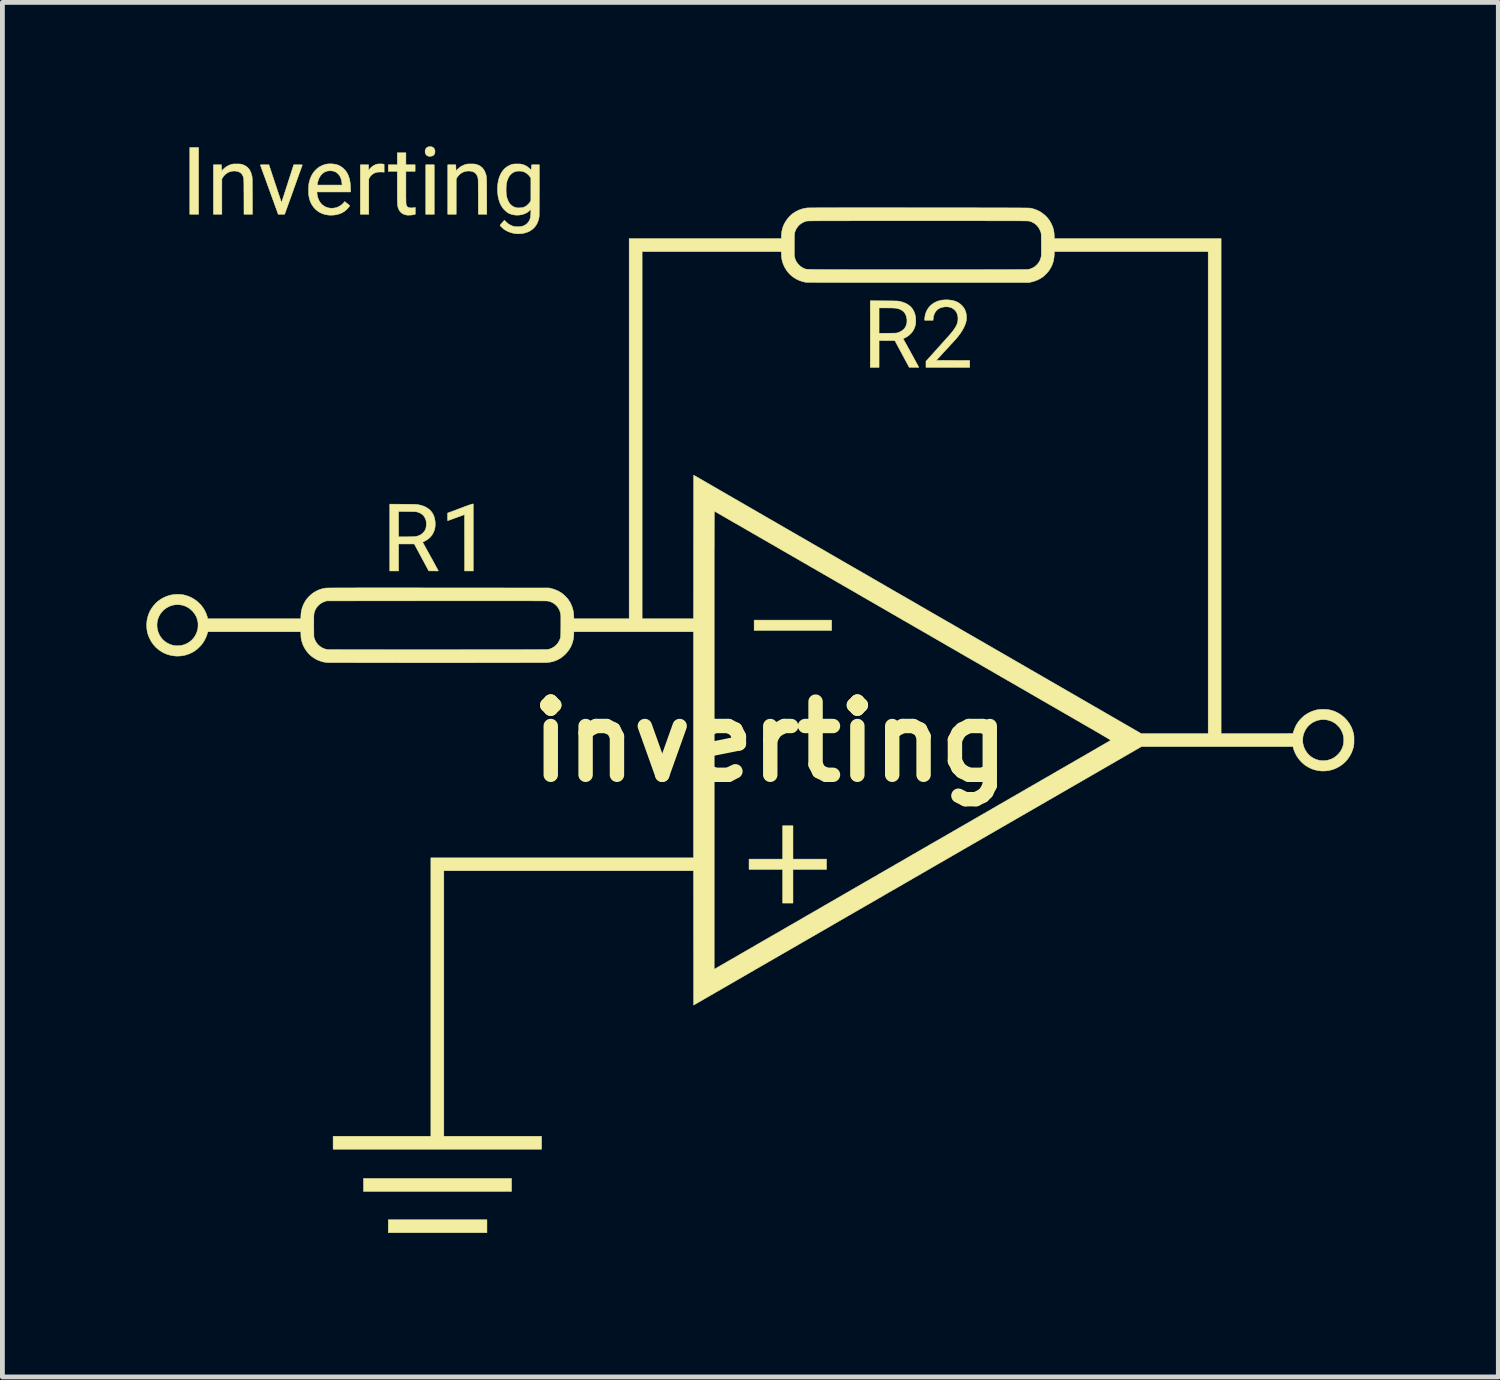
<source format=kicad_pcb>
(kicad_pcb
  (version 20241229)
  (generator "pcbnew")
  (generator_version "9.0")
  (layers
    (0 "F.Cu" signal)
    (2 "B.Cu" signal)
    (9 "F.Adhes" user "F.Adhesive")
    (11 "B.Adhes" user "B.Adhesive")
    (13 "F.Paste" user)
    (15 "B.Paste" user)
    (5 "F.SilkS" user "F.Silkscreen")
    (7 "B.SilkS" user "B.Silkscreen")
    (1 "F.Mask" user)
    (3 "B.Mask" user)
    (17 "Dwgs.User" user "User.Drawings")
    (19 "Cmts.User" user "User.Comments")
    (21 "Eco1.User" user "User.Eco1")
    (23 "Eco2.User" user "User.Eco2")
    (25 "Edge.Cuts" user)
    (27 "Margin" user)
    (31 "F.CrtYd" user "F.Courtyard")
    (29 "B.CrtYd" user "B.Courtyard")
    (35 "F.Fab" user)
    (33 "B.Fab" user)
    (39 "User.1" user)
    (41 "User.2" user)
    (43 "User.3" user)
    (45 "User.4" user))
  (footprint "inverting"
    (layer "F.Cu")
    (at 12.993 12.398)
    (property "Reference" "inverting" (at 0 0 0) (layer "F.SilkS") (effects (font (size 1.524 1.524) (thickness 0.3))))
    (attr through_hole)
    (fp_poly (pts (xy -11.907 -10.985) (xy -12.09 -10.985) (xy -12.09 -12.376) (xy -11.907 -12.376) (xy -11.907 -10.985)) (stroke (width 0.01) (type solid)) (fill yes) (layer "F.SilkS"))
    (fp_poly (pts (xy -6.999 -10.985) (xy -7.175 -10.985) (xy -7.175 -12.016) (xy -6.999 -12.016) (xy -6.999 -10.985)) (stroke (width 0.01) (type solid)) (fill yes) (layer "F.SilkS"))
    (fp_poly (pts (xy -5.901 10.226) (xy -7.956 10.226) (xy -7.956 9.957) (xy -5.901 9.957) (xy -5.901 10.226)) (stroke (width 0.01) (type solid)) (fill yes) (layer "F.SilkS"))
    (fp_poly (pts (xy -5.389 9.367) (xy -8.472 9.367) (xy -8.472 9.097) (xy -5.389 9.097) (xy -5.389 9.367)) (stroke (width 0.01) (type solid)) (fill yes) (layer "F.SilkS"))
    (fp_poly (pts (xy 1.278 -2.317) (xy -0.336 -2.317) (xy -0.336 -2.532) (xy 1.278 -2.532) (xy 1.278 -2.317)) (stroke (width 0.01) (type solid)) (fill yes) (layer "F.SilkS"))
    (fp_poly (pts (xy 0.473 2.446) (xy 1.172 2.446) (xy 1.172 2.661) (xy 0.473 2.661) (xy 0.473 3.361) (xy 0.258 3.361) (xy 0.258 2.661) (xy -0.442 2.661) (xy -0.442 2.446) (xy 0.258 2.446) (xy 0.258 1.751) (xy 0.473 1.751) (xy 0.473 2.446)) (stroke (width 0.01) (type solid)) (fill yes) (layer "F.SilkS"))
    (fp_poly (pts (xy -7.068 -12.392) (xy -7.049 -12.389) (xy -7.044 -12.388) (xy -7.022 -12.376) (xy -7.004 -12.359) (xy -6.992 -12.336) (xy -6.984 -12.31) (xy -6.983 -12.292) (xy -6.986 -12.262) (xy -6.995 -12.238) (xy -7.01 -12.218) (xy -7.032 -12.203) (xy -7.032 -12.203) (xy -7.047 -12.198) (xy -7.066 -12.194) (xy -7.088 -12.193) (xy -7.109 -12.193) (xy -7.126 -12.196) (xy -7.129 -12.197) (xy -7.152 -12.21) (xy -7.17 -12.228) (xy -7.183 -12.251) (xy -7.189 -12.279) (xy -7.189 -12.284) (xy -7.188 -12.312) (xy -7.181 -12.337) (xy -7.168 -12.359) (xy -7.15 -12.376) (xy -7.132 -12.386) (xy -7.114 -12.391) (xy -7.091 -12.393) (xy -7.068 -12.392)) (stroke (width 0.01) (type solid)) (fill yes) (layer "F.SilkS"))
    (fp_poly (pts (xy -6.186 -4.951) (xy -6.186 -3.556) (xy -6.366 -3.556) (xy -6.367 -4.144) (xy -6.368 -4.731) (xy -6.541 -4.667) (xy -6.577 -4.654) (xy -6.609 -4.642) (xy -6.639 -4.632) (xy -6.665 -4.622) (xy -6.687 -4.614) (xy -6.704 -4.608) (xy -6.714 -4.605) (xy -6.718 -4.603) (xy -6.719 -4.607) (xy -6.72 -4.617) (xy -6.721 -4.633) (xy -6.721 -4.653) (xy -6.721 -4.677) (xy -6.721 -4.682) (xy -6.721 -4.762) (xy -6.468 -4.856) (xy -6.41 -4.878) (xy -6.36 -4.897) (xy -6.316 -4.913) (xy -6.279 -4.926) (xy -6.249 -4.937) (xy -6.226 -4.944) (xy -6.21 -4.949) (xy -6.201 -4.951) (xy -6.201 -4.951) (xy -6.186 -4.951)) (stroke (width 0.01) (type solid)) (fill yes) (layer "F.SilkS"))
    (fp_poly (pts (xy -8.094 -12.033) (xy -8.073 -12.032) (xy -8.059 -12.03) (xy -8.053 -12.029) (xy -8.042 -12.024) (xy -8.042 -11.86) (xy -8.053 -11.863) (xy -8.065 -11.864) (xy -8.083 -11.865) (xy -8.104 -11.866) (xy -8.128 -11.865) (xy -8.152 -11.864) (xy -8.174 -11.863) (xy -8.192 -11.861) (xy -8.202 -11.859) (xy -8.243 -11.844) (xy -8.279 -11.824) (xy -8.31 -11.798) (xy -8.336 -11.768) (xy -8.348 -11.747) (xy -8.362 -11.72) (xy -8.362 -10.985) (xy -8.538 -10.985) (xy -8.538 -12.016) (xy -8.366 -12.016) (xy -8.366 -11.959) (xy -8.366 -11.939) (xy -8.366 -11.923) (xy -8.365 -11.91) (xy -8.364 -11.904) (xy -8.363 -11.903) (xy -8.359 -11.906) (xy -8.354 -11.913) (xy -8.353 -11.915) (xy -8.335 -11.939) (xy -8.311 -11.963) (xy -8.283 -11.986) (xy -8.252 -12.005) (xy -8.22 -12.019) (xy -8.212 -12.022) (xy -8.197 -12.027) (xy -8.185 -12.03) (xy -8.173 -12.032) (xy -8.159 -12.033) (xy -8.141 -12.034) (xy -8.12 -12.034) (xy -8.094 -12.033)) (stroke (width 0.01) (type solid)) (fill yes) (layer "F.SilkS"))
    (fp_poly (pts (xy -7.589 -12.016) (xy -7.397 -12.016) (xy -7.397 -11.879) (xy -7.589 -11.879) (xy -7.589 -11.481) (xy -7.589 -11.428) (xy -7.589 -11.381) (xy -7.589 -11.34) (xy -7.588 -11.305) (xy -7.588 -11.276) (xy -7.587 -11.251) (xy -7.587 -11.231) (xy -7.586 -11.214) (xy -7.585 -11.2) (xy -7.583 -11.189) (xy -7.581 -11.181) (xy -7.579 -11.174) (xy -7.577 -11.168) (xy -7.574 -11.163) (xy -7.571 -11.158) (xy -7.568 -11.153) (xy -7.554 -11.138) (xy -7.536 -11.127) (xy -7.513 -11.121) (xy -7.485 -11.118) (xy -7.462 -11.118) (xy -7.438 -11.12) (xy -7.422 -11.122) (xy -7.393 -11.128) (xy -7.393 -10.985) (xy -7.408 -10.981) (xy -7.436 -10.975) (xy -7.468 -10.97) (xy -7.501 -10.968) (xy -7.533 -10.967) (xy -7.561 -10.967) (xy -7.575 -10.969) (xy -7.617 -10.979) (xy -7.653 -10.995) (xy -7.685 -11.017) (xy -7.712 -11.045) (xy -7.733 -11.079) (xy -7.75 -11.119) (xy -7.753 -11.129) (xy -7.755 -11.139) (xy -7.758 -11.151) (xy -7.76 -11.163) (xy -7.762 -11.178) (xy -7.763 -11.195) (xy -7.764 -11.214) (xy -7.765 -11.238) (xy -7.766 -11.265) (xy -7.767 -11.297) (xy -7.767 -11.334) (xy -7.768 -11.376) (xy -7.768 -11.425) (xy -7.768 -11.48) (xy -7.768 -11.542) (xy -7.768 -11.566) (xy -7.768 -11.879) (xy -7.956 -11.879) (xy -7.956 -12.016) (xy -7.768 -12.016) (xy -7.768 -12.266) (xy -7.589 -12.266) (xy -7.589 -12.016)) (stroke (width 0.01) (type solid)) (fill yes) (layer "F.SilkS"))
    (fp_poly (pts (xy -11.067 -12.033) (xy -11.051 -12.032) (xy -11.038 -12.031) (xy -11.026 -12.029) (xy -11.014 -12.026) (xy -11.008 -12.025) (xy -10.963 -12.009) (xy -10.924 -11.989) (xy -10.889 -11.963) (xy -10.86 -11.932) (xy -10.836 -11.895) (xy -10.816 -11.851) (xy -10.801 -11.802) (xy -10.794 -11.774) (xy -10.793 -11.768) (xy -10.792 -11.76) (xy -10.791 -11.752) (xy -10.791 -11.741) (xy -10.79 -11.728) (xy -10.789 -11.712) (xy -10.789 -11.693) (xy -10.788 -11.669) (xy -10.788 -11.642) (xy -10.788 -11.609) (xy -10.787 -11.571) (xy -10.787 -11.527) (xy -10.787 -11.477) (xy -10.787 -11.42) (xy -10.786 -11.363) (xy -10.785 -10.985) (xy -10.961 -10.985) (xy -10.962 -11.353) (xy -10.962 -11.415) (xy -10.963 -11.471) (xy -10.963 -11.519) (xy -10.963 -11.561) (xy -10.963 -11.597) (xy -10.964 -11.628) (xy -10.964 -11.654) (xy -10.965 -11.676) (xy -10.965 -11.693) (xy -10.966 -11.708) (xy -10.966 -11.719) (xy -10.967 -11.728) (xy -10.968 -11.735) (xy -10.969 -11.741) (xy -10.97 -11.746) (xy -10.97 -11.746) (xy -10.983 -11.783) (xy -11 -11.814) (xy -11.021 -11.839) (xy -11.047 -11.858) (xy -11.078 -11.872) (xy -11.116 -11.882) (xy -11.147 -11.886) (xy -11.192 -11.885) (xy -11.235 -11.878) (xy -11.277 -11.863) (xy -11.316 -11.842) (xy -11.352 -11.815) (xy -11.383 -11.782) (xy -11.408 -11.746) (xy -11.422 -11.721) (xy -11.422 -10.985) (xy -11.598 -10.985) (xy -11.598 -12.016) (xy -11.431 -12.016) (xy -11.425 -11.891) (xy -11.397 -11.919) (xy -11.356 -11.956) (xy -11.311 -11.987) (xy -11.263 -12.01) (xy -11.221 -12.025) (xy -11.208 -12.028) (xy -11.196 -12.03) (xy -11.183 -12.032) (xy -11.166 -12.033) (xy -11.146 -12.033) (xy -11.119 -12.033) (xy -11.115 -12.033) (xy -11.088 -12.033) (xy -11.067 -12.033)) (stroke (width 0.01) (type solid)) (fill yes) (layer "F.SilkS"))
    (fp_poly (pts (xy -10.312 -11.623) (xy -10.294 -11.57) (xy -10.277 -11.519) (xy -10.261 -11.47) (xy -10.246 -11.425) (xy -10.232 -11.383) (xy -10.219 -11.345) (xy -10.208 -11.312) (xy -10.198 -11.284) (xy -10.191 -11.261) (xy -10.185 -11.244) (xy -10.181 -11.234) (xy -10.18 -11.231) (xy -10.178 -11.234) (xy -10.175 -11.245) (xy -10.169 -11.262) (xy -10.161 -11.285) (xy -10.152 -11.313) (xy -10.141 -11.346) (xy -10.129 -11.383) (xy -10.116 -11.423) (xy -10.102 -11.467) (xy -10.087 -11.514) (xy -10.074 -11.552) (xy -10.058 -11.602) (xy -10.042 -11.652) (xy -10.027 -11.7) (xy -10.012 -11.746) (xy -9.998 -11.789) (xy -9.985 -11.829) (xy -9.974 -11.864) (xy -9.964 -11.895) (xy -9.956 -11.919) (xy -9.95 -11.938) (xy -9.948 -11.945) (xy -9.925 -12.016) (xy -9.835 -12.016) (xy -9.805 -12.016) (xy -9.782 -12.016) (xy -9.766 -12.015) (xy -9.755 -12.014) (xy -9.749 -12.013) (xy -9.747 -12.012) (xy -9.747 -12.011) (xy -9.748 -12.007) (xy -9.752 -11.996) (xy -9.758 -11.978) (xy -9.767 -11.955) (xy -9.777 -11.925) (xy -9.79 -11.891) (xy -9.804 -11.851) (xy -9.82 -11.807) (xy -9.837 -11.759) (xy -9.855 -11.708) (xy -9.875 -11.654) (xy -9.895 -11.596) (xy -9.917 -11.537) (xy -9.931 -11.495) (xy -10.115 -10.985) (xy -10.248 -10.985) (xy -10.433 -11.495) (xy -10.455 -11.556) (xy -10.477 -11.615) (xy -10.497 -11.671) (xy -10.516 -11.725) (xy -10.535 -11.775) (xy -10.552 -11.822) (xy -10.567 -11.864) (xy -10.581 -11.902) (xy -10.593 -11.935) (xy -10.603 -11.963) (xy -10.611 -11.985) (xy -10.616 -12) (xy -10.619 -12.009) (xy -10.62 -12.011) (xy -10.619 -12.013) (xy -10.614 -12.014) (xy -10.605 -12.015) (xy -10.59 -12.016) (xy -10.568 -12.016) (xy -10.54 -12.016) (xy -10.532 -12.016) (xy -10.442 -12.016) (xy -10.312 -11.623)) (stroke (width 0.01) (type solid)) (fill yes) (layer "F.SilkS"))
    (fp_poly (pts (xy -6.205 -12.033) (xy -6.184 -12.033) (xy -6.167 -12.032) (xy -6.153 -12.031) (xy -6.142 -12.029) (xy -6.13 -12.026) (xy -6.126 -12.025) (xy -6.08 -12.009) (xy -6.04 -11.987) (xy -6.005 -11.96) (xy -5.976 -11.927) (xy -5.951 -11.888) (xy -5.933 -11.844) (xy -5.929 -11.832) (xy -5.925 -11.822) (xy -5.922 -11.811) (xy -5.919 -11.801) (xy -5.916 -11.79) (xy -5.914 -11.778) (xy -5.913 -11.764) (xy -5.911 -11.749) (xy -5.91 -11.73) (xy -5.909 -11.709) (xy -5.908 -11.684) (xy -5.907 -11.654) (xy -5.907 -11.62) (xy -5.906 -11.581) (xy -5.906 -11.536) (xy -5.906 -11.485) (xy -5.906 -11.427) (xy -5.905 -11.361) (xy -5.905 -11.361) (xy -5.904 -10.985) (xy -6.08 -10.985) (xy -6.081 -11.353) (xy -6.082 -11.415) (xy -6.082 -11.469) (xy -6.082 -11.517) (xy -6.082 -11.559) (xy -6.082 -11.594) (xy -6.083 -11.625) (xy -6.083 -11.65) (xy -6.083 -11.672) (xy -6.084 -11.689) (xy -6.084 -11.703) (xy -6.085 -11.715) (xy -6.086 -11.724) (xy -6.087 -11.731) (xy -6.088 -11.738) (xy -6.089 -11.743) (xy -6.09 -11.748) (xy -6.091 -11.752) (xy -6.102 -11.784) (xy -6.116 -11.81) (xy -6.132 -11.831) (xy -6.139 -11.838) (xy -6.161 -11.855) (xy -6.186 -11.869) (xy -6.214 -11.878) (xy -6.248 -11.884) (xy -6.266 -11.886) (xy -6.311 -11.885) (xy -6.355 -11.878) (xy -6.397 -11.863) (xy -6.436 -11.842) (xy -6.471 -11.815) (xy -6.502 -11.781) (xy -6.526 -11.747) (xy -6.541 -11.721) (xy -6.541 -10.985) (xy -6.717 -10.985) (xy -6.717 -12.016) (xy -6.55 -12.016) (xy -6.547 -11.953) (xy -6.545 -11.89) (xy -6.516 -11.92) (xy -6.474 -11.957) (xy -6.429 -11.988) (xy -6.38 -12.011) (xy -6.34 -12.025) (xy -6.328 -12.028) (xy -6.316 -12.03) (xy -6.304 -12.032) (xy -6.288 -12.033) (xy -6.269 -12.033) (xy -6.243 -12.033) (xy -6.233 -12.033) (xy -6.205 -12.033)) (stroke (width 0.01) (type solid)) (fill yes) (layer "F.SilkS"))
    (fp_poly (pts (xy 3.72 -9.201) (xy 3.768 -9.195) (xy 3.811 -9.187) (xy 3.835 -9.18) (xy 3.882 -9.163) (xy 3.924 -9.14) (xy 3.962 -9.112) (xy 3.983 -9.093) (xy 4.017 -9.056) (xy 4.045 -9.014) (xy 4.066 -8.967) (xy 4.076 -8.935) (xy 4.081 -8.909) (xy 4.085 -8.877) (xy 4.087 -8.844) (xy 4.087 -8.812) (xy 4.085 -8.784) (xy 4.084 -8.778) (xy 4.073 -8.728) (xy 4.054 -8.676) (xy 4.03 -8.622) (xy 3.998 -8.565) (xy 3.961 -8.508) (xy 3.921 -8.454) (xy 3.914 -8.444) (xy 3.906 -8.435) (xy 3.899 -8.426) (xy 3.891 -8.416) (xy 3.882 -8.406) (xy 3.872 -8.395) (xy 3.861 -8.382) (xy 3.848 -8.367) (xy 3.832 -8.349) (xy 3.813 -8.329) (xy 3.792 -8.305) (xy 3.766 -8.278) (xy 3.737 -8.246) (xy 3.704 -8.209) (xy 3.665 -8.168) (xy 3.65 -8.152) (xy 3.458 -7.942) (xy 3.806 -7.941) (xy 4.154 -7.94) (xy 4.154 -7.796) (xy 3.243 -7.796) (xy 3.243 -7.923) (xy 3.465 -8.169) (xy 3.51 -8.22) (xy 3.551 -8.265) (xy 3.587 -8.306) (xy 3.619 -8.341) (xy 3.647 -8.372) (xy 3.672 -8.4) (xy 3.693 -8.424) (xy 3.711 -8.444) (xy 3.727 -8.462) (xy 3.741 -8.478) (xy 3.752 -8.491) (xy 3.762 -8.503) (xy 3.771 -8.513) (xy 3.779 -8.523) (xy 3.786 -8.532) (xy 3.793 -8.54) (xy 3.83 -8.59) (xy 3.86 -8.637) (xy 3.883 -8.681) (xy 3.899 -8.723) (xy 3.902 -8.736) (xy 3.907 -8.762) (xy 3.909 -8.792) (xy 3.91 -8.824) (xy 3.907 -8.855) (xy 3.903 -8.882) (xy 3.9 -8.89) (xy 3.887 -8.926) (xy 3.87 -8.957) (xy 3.849 -8.984) (xy 3.841 -8.992) (xy 3.811 -9.017) (xy 3.777 -9.037) (xy 3.739 -9.05) (xy 3.697 -9.057) (xy 3.667 -9.058) (xy 3.616 -9.055) (xy 3.571 -9.045) (xy 3.53 -9.03) (xy 3.493 -9.008) (xy 3.463 -8.981) (xy 3.437 -8.948) (xy 3.417 -8.91) (xy 3.403 -8.867) (xy 3.394 -8.818) (xy 3.393 -8.809) (xy 3.391 -8.777) (xy 3.216 -8.777) (xy 3.216 -8.797) (xy 3.217 -8.82) (xy 3.221 -8.847) (xy 3.225 -8.875) (xy 3.231 -8.902) (xy 3.237 -8.923) (xy 3.259 -8.975) (xy 3.286 -9.022) (xy 3.32 -9.065) (xy 3.359 -9.102) (xy 3.402 -9.134) (xy 3.451 -9.16) (xy 3.504 -9.18) (xy 3.561 -9.194) (xy 3.576 -9.197) (xy 3.622 -9.201) (xy 3.671 -9.203) (xy 3.72 -9.201)) (stroke (width 0.01) (type solid)) (fill yes) (layer "F.SilkS"))
    (fp_poly (pts (xy -7.652 -4.946) (xy -7.598 -4.946) (xy -7.551 -4.945) (xy -7.51 -4.945) (xy -7.475 -4.945) (xy -7.446 -4.944) (xy -7.422 -4.944) (xy -7.401 -4.943) (xy -7.384 -4.942) (xy -7.37 -4.941) (xy -7.359 -4.94) (xy -7.349 -4.939) (xy -7.34 -4.938) (xy -7.339 -4.938) (xy -7.279 -4.925) (xy -7.225 -4.908) (xy -7.176 -4.886) (xy -7.132 -4.86) (xy -7.093 -4.828) (xy -7.087 -4.823) (xy -7.054 -4.786) (xy -7.027 -4.745) (xy -7.006 -4.699) (xy -6.991 -4.648) (xy -6.981 -4.592) (xy -6.979 -4.572) (xy -6.978 -4.513) (xy -6.983 -4.457) (xy -6.996 -4.404) (xy -7.016 -4.355) (xy -7.042 -4.309) (xy -7.074 -4.268) (xy -7.114 -4.231) (xy -7.159 -4.198) (xy -7.206 -4.173) (xy -7.22 -4.166) (xy -7.232 -4.16) (xy -7.239 -4.157) (xy -7.24 -4.156) (xy -7.238 -4.152) (xy -7.233 -4.143) (xy -7.225 -4.127) (xy -7.213 -4.106) (xy -7.199 -4.08) (xy -7.183 -4.05) (xy -7.164 -4.016) (xy -7.143 -3.979) (xy -7.121 -3.938) (xy -7.098 -3.896) (xy -7.08 -3.864) (xy -7.056 -3.82) (xy -7.032 -3.778) (xy -7.01 -3.738) (xy -6.99 -3.701) (xy -6.972 -3.667) (xy -6.956 -3.637) (xy -6.942 -3.612) (xy -6.931 -3.592) (xy -6.923 -3.577) (xy -6.918 -3.567) (xy -6.917 -3.565) (xy -6.916 -3.556) (xy -7.113 -3.558) (xy -7.264 -3.838) (xy -7.415 -4.119) (xy -7.741 -4.119) (xy -7.741 -3.556) (xy -7.925 -3.556) (xy -7.925 -4.267) (xy -7.741 -4.267) (xy -7.59 -4.267) (xy -7.554 -4.267) (xy -7.521 -4.268) (xy -7.489 -4.268) (xy -7.461 -4.269) (xy -7.437 -4.269) (xy -7.419 -4.27) (xy -7.407 -4.271) (xy -7.407 -4.271) (xy -7.361 -4.279) (xy -7.321 -4.291) (xy -7.286 -4.308) (xy -7.254 -4.33) (xy -7.233 -4.349) (xy -7.207 -4.378) (xy -7.187 -4.41) (xy -7.174 -4.443) (xy -7.166 -4.481) (xy -7.163 -4.524) (xy -7.163 -4.529) (xy -7.164 -4.565) (xy -7.168 -4.597) (xy -7.176 -4.626) (xy -7.187 -4.654) (xy -7.191 -4.661) (xy -7.212 -4.696) (xy -7.239 -4.725) (xy -7.272 -4.75) (xy -7.311 -4.77) (xy -7.352 -4.784) (xy -7.36 -4.786) (xy -7.368 -4.787) (xy -7.376 -4.789) (xy -7.386 -4.79) (xy -7.398 -4.791) (xy -7.413 -4.792) (xy -7.432 -4.792) (xy -7.456 -4.793) (xy -7.485 -4.793) (xy -7.52 -4.793) (xy -7.562 -4.794) (xy -7.562 -4.794) (xy -7.741 -4.795) (xy -7.741 -4.267) (xy -7.925 -4.267) (xy -7.925 -4.948) (xy -7.652 -4.946)) (stroke (width 0.01) (type solid)) (fill yes) (layer "F.SilkS"))
    (fp_poly (pts (xy 2.365 -9.182) (xy 2.42 -9.182) (xy 2.468 -9.181) (xy 2.509 -9.181) (xy 2.544 -9.181) (xy 2.573 -9.18) (xy 2.598 -9.18) (xy 2.618 -9.179) (xy 2.635 -9.179) (xy 2.648 -9.178) (xy 2.66 -9.177) (xy 2.669 -9.176) (xy 2.677 -9.175) (xy 2.682 -9.174) (xy 2.744 -9.159) (xy 2.8 -9.139) (xy 2.85 -9.115) (xy 2.894 -9.086) (xy 2.931 -9.052) (xy 2.963 -9.013) (xy 2.989 -8.969) (xy 3.008 -8.921) (xy 3.023 -8.867) (xy 3.025 -8.855) (xy 3.027 -8.836) (xy 3.029 -8.813) (xy 3.03 -8.786) (xy 3.03 -8.759) (xy 3.029 -8.732) (xy 3.028 -8.709) (xy 3.026 -8.692) (xy 3.025 -8.689) (xy 3.01 -8.634) (xy 2.988 -8.584) (xy 2.96 -8.538) (xy 2.925 -8.497) (xy 2.885 -8.461) (xy 2.838 -8.429) (xy 2.796 -8.407) (xy 2.766 -8.394) (xy 2.774 -8.381) (xy 2.779 -8.371) (xy 2.788 -8.356) (xy 2.8 -8.335) (xy 2.814 -8.31) (xy 2.83 -8.281) (xy 2.848 -8.249) (xy 2.867 -8.214) (xy 2.887 -8.178) (xy 2.908 -8.14) (xy 2.929 -8.101) (xy 2.951 -8.063) (xy 2.972 -8.024) (xy 2.992 -7.987) (xy 3.011 -7.952) (xy 3.029 -7.919) (xy 3.045 -7.889) (xy 3.06 -7.862) (xy 3.072 -7.84) (xy 3.081 -7.823) (xy 3.087 -7.811) (xy 3.09 -7.805) (xy 3.09 -7.805) (xy 3.092 -7.796) (xy 2.894 -7.798) (xy 2.745 -8.075) (xy 2.596 -8.353) (xy 2.431 -8.354) (xy 2.266 -8.355) (xy 2.266 -7.796) (xy 2.083 -7.796) (xy 2.083 -8.507) (xy 2.266 -8.507) (xy 2.445 -8.508) (xy 2.488 -8.508) (xy 2.524 -8.509) (xy 2.554 -8.509) (xy 2.578 -8.51) (xy 2.598 -8.51) (xy 2.613 -8.511) (xy 2.625 -8.512) (xy 2.635 -8.513) (xy 2.643 -8.515) (xy 2.649 -8.516) (xy 2.664 -8.521) (xy 2.683 -8.529) (xy 2.703 -8.537) (xy 2.711 -8.541) (xy 2.749 -8.564) (xy 2.781 -8.591) (xy 2.807 -8.623) (xy 2.826 -8.66) (xy 2.84 -8.7) (xy 2.847 -8.743) (xy 2.847 -8.789) (xy 2.845 -8.806) (xy 2.836 -8.852) (xy 2.821 -8.893) (xy 2.801 -8.929) (xy 2.774 -8.96) (xy 2.742 -8.985) (xy 2.704 -9.005) (xy 2.66 -9.02) (xy 2.611 -9.029) (xy 2.601 -9.031) (xy 2.589 -9.031) (xy 2.57 -9.032) (xy 2.546 -9.033) (xy 2.517 -9.034) (xy 2.485 -9.034) (xy 2.451 -9.034) (xy 2.416 -9.035) (xy 2.266 -9.035) (xy 2.266 -8.507) (xy 2.083 -8.507) (xy 2.083 -9.184) (xy 2.365 -9.182)) (stroke (width 0.01) (type solid)) (fill yes) (layer "F.SilkS"))
    (fp_poly (pts (xy -9.137 -12.035) (xy -9.103 -12.033) (xy -9.087 -12.03) (xy -9.038 -12.021) (xy -8.996 -12.007) (xy -8.958 -11.988) (xy -8.922 -11.965) (xy -8.887 -11.935) (xy -8.878 -11.926) (xy -8.849 -11.895) (xy -8.825 -11.864) (xy -8.806 -11.831) (xy -8.789 -11.795) (xy -8.786 -11.785) (xy -8.773 -11.75) (xy -8.763 -11.715) (xy -8.756 -11.679) (xy -8.75 -11.64) (xy -8.746 -11.598) (xy -8.743 -11.549) (xy -8.743 -11.531) (xy -8.74 -11.45) (xy -9.442 -11.45) (xy -9.44 -11.417) (xy -9.432 -11.368) (xy -9.419 -11.32) (xy -9.401 -11.276) (xy -9.377 -11.235) (xy -9.348 -11.2) (xy -9.325 -11.178) (xy -9.286 -11.151) (xy -9.244 -11.131) (xy -9.199 -11.118) (xy -9.152 -11.111) (xy -9.104 -11.112) (xy -9.055 -11.12) (xy -9.028 -11.127) (xy -8.995 -11.141) (xy -8.961 -11.16) (xy -8.928 -11.183) (xy -8.899 -11.209) (xy -8.881 -11.229) (xy -8.864 -11.25) (xy -8.811 -11.209) (xy -8.794 -11.195) (xy -8.779 -11.183) (xy -8.768 -11.173) (xy -8.761 -11.166) (xy -8.759 -11.164) (xy -8.762 -11.158) (xy -8.769 -11.147) (xy -8.779 -11.134) (xy -8.792 -11.118) (xy -8.806 -11.103) (xy -8.82 -11.088) (xy -8.824 -11.084) (xy -8.866 -11.049) (xy -8.911 -11.02) (xy -8.96 -10.998) (xy -9.013 -10.982) (xy -9.071 -10.971) (xy -9.087 -10.969) (xy -9.12 -10.967) (xy -9.15 -10.966) (xy -9.178 -10.967) (xy -9.207 -10.969) (xy -9.267 -10.979) (xy -9.323 -10.996) (xy -9.375 -11.019) (xy -9.423 -11.049) (xy -9.467 -11.084) (xy -9.505 -11.125) (xy -9.539 -11.171) (xy -9.567 -11.222) (xy -9.589 -11.277) (xy -9.605 -11.337) (xy -9.611 -11.373) (xy -9.614 -11.397) (xy -9.616 -11.427) (xy -9.616 -11.461) (xy -9.616 -11.496) (xy -9.616 -11.532) (xy -9.614 -11.567) (xy -9.612 -11.594) (xy -9.437 -11.594) (xy -8.917 -11.594) (xy -8.92 -11.619) (xy -8.924 -11.651) (xy -8.93 -11.684) (xy -8.937 -11.715) (xy -8.943 -11.732) (xy -8.958 -11.768) (xy -8.978 -11.8) (xy -9.003 -11.829) (xy -9.033 -11.854) (xy -9.064 -11.872) (xy -9.1 -11.884) (xy -9.139 -11.89) (xy -9.179 -11.89) (xy -9.215 -11.887) (xy -9.247 -11.879) (xy -9.275 -11.868) (xy -9.296 -11.856) (xy -9.331 -11.829) (xy -9.36 -11.797) (xy -9.386 -11.759) (xy -9.407 -11.715) (xy -9.423 -11.665) (xy -9.435 -11.609) (xy -9.437 -11.594) (xy -9.612 -11.594) (xy -9.612 -11.599) (xy -9.609 -11.626) (xy -9.606 -11.641) (xy -9.589 -11.704) (xy -9.567 -11.763) (xy -9.539 -11.817) (xy -9.506 -11.866) (xy -9.468 -11.909) (xy -9.425 -11.947) (xy -9.378 -11.979) (xy -9.327 -12.004) (xy -9.272 -12.023) (xy -9.268 -12.025) (xy -9.24 -12.03) (xy -9.208 -12.034) (xy -9.173 -12.035) (xy -9.137 -12.035)) (stroke (width 0.01) (type solid)) (fill yes) (layer "F.SilkS"))
    (fp_poly (pts (xy -5.248 -12.033) (xy -5.227 -12.033) (xy -5.21 -12.032) (xy -5.196 -12.031) (xy -5.183 -12.028) (xy -5.169 -12.025) (xy -5.169 -12.025) (xy -5.126 -12.012) (xy -5.087 -11.994) (xy -5.052 -11.971) (xy -5.017 -11.942) (xy -5.009 -11.935) (xy -4.979 -11.906) (xy -4.977 -11.941) (xy -4.975 -11.959) (xy -4.974 -11.978) (xy -4.972 -11.993) (xy -4.972 -11.996) (xy -4.97 -12.016) (xy -4.81 -12.016) (xy -4.81 -11.488) (xy -4.81 -11.409) (xy -4.811 -11.335) (xy -4.811 -11.267) (xy -4.811 -11.204) (xy -4.811 -11.147) (xy -4.812 -11.096) (xy -4.812 -11.052) (xy -4.812 -11.014) (xy -4.813 -10.983) (xy -4.813 -10.959) (xy -4.814 -10.942) (xy -4.814 -10.933) (xy -4.814 -10.932) (xy -4.826 -10.874) (xy -4.844 -10.821) (xy -4.868 -10.772) (xy -4.898 -10.729) (xy -4.934 -10.69) (xy -4.976 -10.657) (xy -5.023 -10.628) (xy -5.035 -10.623) (xy -5.084 -10.603) (xy -5.137 -10.59) (xy -5.194 -10.581) (xy -5.252 -10.579) (xy -5.302 -10.582) (xy -5.36 -10.592) (xy -5.418 -10.608) (xy -5.473 -10.631) (xy -5.524 -10.659) (xy -5.54 -10.669) (xy -5.552 -10.678) (xy -5.566 -10.69) (xy -5.581 -10.704) (xy -5.596 -10.718) (xy -5.609 -10.731) (xy -5.619 -10.743) (xy -5.625 -10.751) (xy -5.627 -10.755) (xy -5.625 -10.76) (xy -5.618 -10.769) (xy -5.607 -10.783) (xy -5.593 -10.799) (xy -5.576 -10.818) (xy -5.558 -10.839) (xy -5.555 -10.842) (xy -5.538 -10.861) (xy -5.503 -10.828) (xy -5.481 -10.807) (xy -5.461 -10.79) (xy -5.442 -10.777) (xy -5.422 -10.765) (xy -5.403 -10.756) (xy -5.374 -10.743) (xy -5.346 -10.734) (xy -5.317 -10.729) (xy -5.285 -10.726) (xy -5.258 -10.726) (xy -5.221 -10.727) (xy -5.19 -10.73) (xy -5.163 -10.736) (xy -5.136 -10.746) (xy -5.116 -10.755) (xy -5.09 -10.771) (xy -5.064 -10.793) (xy -5.041 -10.819) (xy -5.023 -10.845) (xy -5.02 -10.851) (xy -5.01 -10.872) (xy -5.002 -10.893) (xy -4.996 -10.914) (xy -4.992 -10.937) (xy -4.99 -10.964) (xy -4.988 -10.997) (xy -4.987 -11.014) (xy -4.985 -11.088) (xy -5.014 -11.061) (xy -5.054 -11.029) (xy -5.097 -11.004) (xy -5.144 -10.986) (xy -5.177 -10.977) (xy -5.233 -10.968) (xy -5.287 -10.967) (xy -5.339 -10.972) (xy -5.389 -10.983) (xy -5.436 -11.001) (xy -5.461 -11.014) (xy -5.485 -11.03) (xy -5.51 -11.052) (xy -5.536 -11.076) (xy -5.559 -11.101) (xy -5.579 -11.126) (xy -5.58 -11.128) (xy -5.611 -11.178) (xy -5.636 -11.234) (xy -5.655 -11.295) (xy -5.67 -11.36) (xy -5.678 -11.43) (xy -5.681 -11.493) (xy -5.502 -11.493) (xy -5.501 -11.447) (xy -5.498 -11.407) (xy -5.494 -11.371) (xy -5.486 -11.338) (xy -5.48 -11.317) (xy -5.462 -11.269) (xy -5.439 -11.227) (xy -5.413 -11.192) (xy -5.381 -11.164) (xy -5.346 -11.142) (xy -5.307 -11.126) (xy -5.302 -11.125) (xy -5.275 -11.12) (xy -5.243 -11.118) (xy -5.21 -11.119) (xy -5.177 -11.122) (xy -5.147 -11.128) (xy -5.141 -11.13) (xy -5.123 -11.137) (xy -5.105 -11.145) (xy -5.091 -11.152) (xy -5.09 -11.153) (xy -5.066 -11.171) (xy -5.041 -11.194) (xy -5.018 -11.22) (xy -5.005 -11.238) (xy -4.986 -11.267) (xy -4.986 -11.74) (xy -5.004 -11.766) (xy -5.032 -11.801) (xy -5.064 -11.831) (xy -5.101 -11.855) (xy -5.141 -11.873) (xy -5.158 -11.878) (xy -5.18 -11.882) (xy -5.207 -11.884) (xy -5.235 -11.885) (xy -5.263 -11.884) (xy -5.287 -11.881) (xy -5.298 -11.878) (xy -5.339 -11.863) (xy -5.375 -11.842) (xy -5.407 -11.814) (xy -5.435 -11.78) (xy -5.458 -11.74) (xy -5.476 -11.695) (xy -5.484 -11.668) (xy -5.491 -11.638) (xy -5.496 -11.608) (xy -5.499 -11.576) (xy -5.501 -11.54) (xy -5.502 -11.498) (xy -5.502 -11.493) (xy -5.681 -11.493) (xy -5.681 -11.503) (xy -5.681 -11.543) (xy -5.675 -11.615) (xy -5.664 -11.681) (xy -5.648 -11.743) (xy -5.626 -11.799) (xy -5.6 -11.85) (xy -5.569 -11.895) (xy -5.533 -11.935) (xy -5.492 -11.969) (xy -5.447 -11.996) (xy -5.398 -12.018) (xy -5.383 -12.023) (xy -5.37 -12.026) (xy -5.358 -12.029) (xy -5.347 -12.031) (xy -5.334 -12.032) (xy -5.318 -12.033) (xy -5.297 -12.033) (xy -5.275 -12.033) (xy -5.248 -12.033)) (stroke (width 0.01) (type solid)) (fill yes) (layer "F.SilkS"))
    (fp_poly (pts (xy 2.066 -11.121) (xy 2.194 -11.121) (xy 2.329 -11.121) (xy 2.472 -11.121) (xy 2.621 -11.121) (xy 2.779 -11.121) (xy 2.943 -11.12) (xy 3.103 -11.12) (xy 3.263 -11.12) (xy 3.416 -11.12) (xy 3.562 -11.12) (xy 3.7 -11.12) (xy 3.831 -11.12) (xy 3.955 -11.12) (xy 4.073 -11.12) (xy 4.184 -11.12) (xy 4.288 -11.12) (xy 4.387 -11.119) (xy 4.48 -11.119) (xy 4.567 -11.119) (xy 4.648 -11.119) (xy 4.724 -11.119) (xy 4.795 -11.119) (xy 4.861 -11.119) (xy 4.921 -11.119) (xy 4.978 -11.118) (xy 5.03 -11.118) (xy 5.077 -11.118) (xy 5.121 -11.118) (xy 5.161 -11.118) (xy 5.197 -11.118) (xy 5.229 -11.117) (xy 5.258 -11.117) (xy 5.284 -11.117) (xy 5.307 -11.117) (xy 5.328 -11.116) (xy 5.345 -11.116) (xy 5.361 -11.116) (xy 5.374 -11.116) (xy 5.385 -11.115) (xy 5.394 -11.115) (xy 5.402 -11.114) (xy 5.408 -11.114) (xy 5.413 -11.114) (xy 5.417 -11.113) (xy 5.42 -11.113) (xy 5.422 -11.113) (xy 5.49 -11.095) (xy 5.552 -11.073) (xy 5.61 -11.045) (xy 5.663 -11.011) (xy 5.713 -10.971) (xy 5.744 -10.942) (xy 5.785 -10.897) (xy 5.819 -10.85) (xy 5.848 -10.799) (xy 5.854 -10.787) (xy 5.875 -10.741) (xy 5.891 -10.697) (xy 5.902 -10.653) (xy 5.91 -10.607) (xy 5.914 -10.557) (xy 5.915 -10.54) (xy 5.917 -10.477) (xy 9.39 -10.477) (xy 9.39 -0.168) (xy 10.139 -0.168) (xy 10.232 -0.168) (xy 10.317 -0.168) (xy 10.396 -0.168) (xy 10.467 -0.168) (xy 10.531 -0.168) (xy 10.59 -0.168) (xy 10.642 -0.169) (xy 10.688 -0.169) (xy 10.728 -0.169) (xy 10.764 -0.169) (xy 10.794 -0.17) (xy 10.819 -0.17) (xy 10.84 -0.17) (xy 10.857 -0.171) (xy 10.87 -0.171) (xy 10.879 -0.172) (xy 10.885 -0.172) (xy 10.888 -0.173) (xy 10.888 -0.173) (xy 10.909 -0.24) (xy 10.933 -0.301) (xy 10.961 -0.357) (xy 10.995 -0.409) (xy 11.033 -0.457) (xy 11.066 -0.491) (xy 11.118 -0.538) (xy 11.176 -0.578) (xy 11.237 -0.612) (xy 11.302 -0.639) (xy 11.371 -0.66) (xy 11.397 -0.665) (xy 11.426 -0.67) (xy 11.461 -0.673) (xy 11.499 -0.674) (xy 11.537 -0.674) (xy 11.575 -0.673) (xy 11.609 -0.67) (xy 11.631 -0.667) (xy 11.701 -0.65) (xy 11.766 -0.627) (xy 11.828 -0.596) (xy 11.887 -0.559) (xy 11.942 -0.515) (xy 11.971 -0.487) (xy 12.019 -0.435) (xy 12.059 -0.38) (xy 12.093 -0.322) (xy 12.12 -0.261) (xy 12.141 -0.195) (xy 12.15 -0.158) (xy 12.153 -0.144) (xy 12.155 -0.13) (xy 12.157 -0.115) (xy 12.158 -0.098) (xy 12.158 -0.076) (xy 12.158 -0.049) (xy 12.158 -0.033) (xy 12.158 0.005) (xy 12.157 0.038) (xy 12.154 0.066) (xy 12.15 0.092) (xy 12.145 0.118) (xy 12.137 0.146) (xy 12.129 0.17) (xy 12.103 0.235) (xy 12.071 0.296) (xy 12.034 0.352) (xy 11.99 0.404) (xy 11.942 0.451) (xy 11.889 0.493) (xy 11.833 0.528) (xy 11.773 0.558) (xy 11.71 0.582) (xy 11.644 0.598) (xy 11.577 0.608) (xy 11.507 0.611) (xy 11.47 0.609) (xy 11.4 0.6) (xy 11.332 0.584) (xy 11.268 0.561) (xy 11.207 0.531) (xy 11.149 0.496) (xy 11.096 0.454) (xy 11.048 0.407) (xy 11.004 0.355) (xy 10.966 0.299) (xy 10.933 0.237) (xy 10.907 0.172) (xy 10.891 0.118) (xy 10.887 0.102) (xy 7.731 0.102) (xy 5.146 1.594) (xy 4.997 1.68) (xy 4.844 1.768) (xy 4.687 1.859) (xy 4.526 1.952) (xy 4.362 2.047) (xy 4.195 2.143) (xy 4.025 2.241) (xy 3.854 2.34) (xy 3.681 2.44) (xy 3.507 2.54) (xy 3.332 2.641) (xy 3.156 2.743) (xy 2.981 2.844) (xy 2.806 2.945) (xy 2.632 3.046) (xy 2.458 3.145) (xy 2.287 3.245) (xy 2.117 3.343) (xy 1.95 3.439) (xy 1.785 3.534) (xy 1.624 3.627) (xy 1.466 3.718) (xy 1.312 3.807) (xy 1.163 3.894) (xy 1.018 3.977) (xy 0.878 4.058) (xy 0.744 4.135) (xy 0.616 4.209) (xy 0.494 4.28) (xy 0.483 4.286) (xy -1.596 5.486) (xy -1.597 4.087) (xy -1.598 2.688) (xy -6.799 2.688) (xy -6.799 8.218) (xy -4.763 8.218) (xy -4.763 8.488) (xy -9.105 8.488) (xy -9.105 8.218) (xy -7.069 8.218) (xy -7.069 2.419) (xy -1.598 2.419) (xy -1.598 -0.107) (xy -1.168 -0.107) (xy -1.168 4.741) (xy -1.152 4.731) (xy -1.148 4.729) (xy -1.137 4.723) (xy -1.12 4.713) (xy -1.096 4.699) (xy -1.066 4.682) (xy -1.031 4.661) (xy -0.989 4.637) (xy -0.942 4.61) (xy -0.889 4.579) (xy -0.83 4.545) (xy -0.766 4.509) (xy -0.697 4.469) (xy -0.624 4.426) (xy -0.545 4.381) (xy -0.461 4.332) (xy -0.373 4.282) (xy -0.281 4.228) (xy -0.184 4.172) (xy -0.083 4.114) (xy 0.022 4.053) (xy 0.131 3.991) (xy 0.243 3.926) (xy 0.359 3.859) (xy 0.479 3.79) (xy 0.602 3.719) (xy 0.727 3.646) (xy 0.856 3.572) (xy 0.988 3.496) (xy 1.122 3.418) (xy 1.259 3.339) (xy 1.398 3.259) (xy 1.54 3.177) (xy 1.683 3.094) (xy 1.829 3.01) (xy 1.976 2.925) (xy 2.125 2.839) (xy 2.161 2.819) (xy 2.315 2.729) (xy 2.47 2.64) (xy 2.624 2.551) (xy 2.777 2.463) (xy 2.93 2.374) (xy 3.083 2.286) (xy 3.234 2.199) (xy 3.384 2.112) (xy 3.533 2.027) (xy 3.68 1.942) (xy 3.825 1.858) (xy 3.968 1.775) (xy 4.11 1.694) (xy 4.248 1.614) (xy 4.384 1.535) (xy 4.518 1.458) (xy 4.648 1.383) (xy 4.775 1.309) (xy 4.899 1.238) (xy 5.02 1.168) (xy 5.136 1.101) (xy 5.249 1.036) (xy 5.357 0.973) (xy 5.461 0.913) (xy 5.561 0.856) (xy 5.655 0.801) (xy 5.745 0.749) (xy 5.83 0.701) (xy 5.909 0.655) (xy 5.983 0.612) (xy 6.051 0.573) (xy 6.113 0.537) (xy 6.169 0.505) (xy 6.219 0.476) (xy 6.262 0.451) (xy 6.272 0.446) (xy 6.346 0.403) (xy 6.418 0.361) (xy 6.488 0.321) (xy 6.556 0.282) (xy 6.621 0.244) (xy 6.683 0.208) (xy 6.742 0.174) (xy 6.797 0.142) (xy 6.848 0.112) (xy 6.896 0.085) (xy 6.939 0.06) (xy 6.977 0.038) (xy 7.01 0.018) (xy 7.039 0.002) (xy 7.061 -0.011) (xy 7.077 -0.021) (xy 7.085 -0.025) (xy 11.09 -0.025) (xy 11.091 0.004) (xy 11.093 0.03) (xy 11.094 0.034) (xy 11.106 0.089) (xy 11.126 0.141) (xy 11.152 0.19) (xy 11.183 0.235) (xy 11.22 0.276) (xy 11.262 0.312) (xy 11.308 0.342) (xy 11.354 0.364) (xy 11.405 0.381) (xy 11.455 0.392) (xy 11.505 0.396) (xy 11.558 0.394) (xy 11.588 0.39) (xy 11.641 0.378) (xy 11.692 0.359) (xy 11.74 0.334) (xy 11.784 0.302) (xy 11.825 0.266) (xy 11.86 0.224) (xy 11.891 0.178) (xy 11.915 0.129) (xy 11.933 0.076) (xy 11.933 0.075) (xy 11.94 0.039) (xy 11.944 -0.000318) (xy 11.945 -0.041) (xy 11.944 -0.08) (xy 11.94 -0.104) (xy 11.927 -0.16) (xy 11.907 -0.212) (xy 11.881 -0.259) (xy 11.85 -0.303) (xy 11.814 -0.342) (xy 11.774 -0.376) (xy 11.73 -0.405) (xy 11.682 -0.428) (xy 11.632 -0.445) (xy 11.58 -0.457) (xy 11.527 -0.461) (xy 11.473 -0.459) (xy 11.418 -0.449) (xy 11.373 -0.436) (xy 11.321 -0.413) (xy 11.272 -0.384) (xy 11.228 -0.349) (xy 11.189 -0.308) (xy 11.156 -0.263) (xy 11.129 -0.212) (xy 11.107 -0.158) (xy 11.102 -0.139) (xy 11.097 -0.116) (xy 11.093 -0.088) (xy 11.091 -0.057) (xy 11.09 -0.025) (xy 7.085 -0.025) (xy 7.088 -0.027) (xy 7.092 -0.029) (xy 7.092 -0.029) (xy 7.091 -0.031) (xy 7.088 -0.033) (xy 7.082 -0.038) (xy 7.073 -0.044) (xy 7.06 -0.051) (xy 7.044 -0.061) (xy 7.024 -0.073) (xy 7 -0.088) (xy 6.972 -0.104) (xy 6.94 -0.123) (xy 6.902 -0.145) (xy 6.86 -0.17) (xy 6.812 -0.198) (xy 6.759 -0.229) (xy 6.701 -0.263) (xy 6.636 -0.3) (xy 6.565 -0.341) (xy 6.488 -0.385) (xy 6.424 -0.423) (xy 6.39 -0.442) (xy 6.349 -0.466) (xy 6.302 -0.493) (xy 6.249 -0.524) (xy 6.19 -0.558) (xy 6.125 -0.595) (xy 6.054 -0.636) (xy 5.978 -0.68) (xy 5.896 -0.727) (xy 5.809 -0.777) (xy 5.718 -0.83) (xy 5.621 -0.886) (xy 5.52 -0.944) (xy 5.415 -1.005) (xy 5.305 -1.069) (xy 5.191 -1.134) (xy 5.074 -1.202) (xy 4.952 -1.272) (xy 4.827 -1.344) (xy 4.699 -1.418) (xy 4.568 -1.494) (xy 4.434 -1.571) (xy 4.297 -1.651) (xy 4.157 -1.731) (xy 4.015 -1.813) (xy 3.871 -1.897) (xy 3.724 -1.981) (xy 3.576 -2.067) (xy 3.426 -2.153) (xy 3.275 -2.241) (xy 3.122 -2.329) (xy 2.968 -2.418) (xy 2.813 -2.507) (xy 2.657 -2.597) (xy 2.501 -2.687) (xy 2.344 -2.778) (xy 2.297 -2.805) (xy 2.145 -2.893) (xy 1.993 -2.98) (xy 1.844 -3.067) (xy 1.697 -3.152) (xy 1.551 -3.236) (xy 1.408 -3.318) (xy 1.267 -3.4) (xy 1.129 -3.479) (xy 0.993 -3.558) (xy 0.86 -3.634) (xy 0.73 -3.71) (xy 0.603 -3.783) (xy 0.48 -3.854) (xy 0.359 -3.924) (xy 0.242 -3.991) (xy 0.129 -4.057) (xy 0.019 -4.12) (xy -0.086 -4.181) (xy -0.188 -4.239) (xy -0.285 -4.296) (xy -0.378 -4.349) (xy -0.467 -4.4) (xy -0.551 -4.449) (xy -0.63 -4.495) (xy -0.704 -4.537) (xy -0.774 -4.577) (xy -0.838 -4.614) (xy -0.897 -4.648) (xy -0.95 -4.679) (xy -0.997 -4.706) (xy -1.039 -4.73) (xy -1.075 -4.751) (xy -1.105 -4.768) (xy -1.129 -4.782) (xy -1.146 -4.792) (xy -1.157 -4.798) (xy -1.162 -4.801) (xy -1.162 -4.801) (xy -1.162 -4.801) (xy -1.163 -4.8) (xy -1.163 -4.798) (xy -1.163 -4.795) (xy -1.163 -4.791) (xy -1.164 -4.786) (xy -1.164 -4.779) (xy -1.164 -4.771) (xy -1.164 -4.762) (xy -1.165 -4.75) (xy -1.165 -4.737) (xy -1.165 -4.722) (xy -1.165 -4.704) (xy -1.165 -4.684) (xy -1.166 -4.662) (xy -1.166 -4.637) (xy -1.166 -4.61) (xy -1.166 -4.58) (xy -1.166 -4.547) (xy -1.166 -4.511) (xy -1.167 -4.471) (xy -1.167 -4.429) (xy -1.167 -4.383) (xy -1.167 -4.333) (xy -1.167 -4.28) (xy -1.167 -4.223) (xy -1.167 -4.162) (xy -1.167 -4.097) (xy -1.167 -4.028) (xy -1.168 -3.954) (xy -1.168 -3.876) (xy -1.168 -3.794) (xy -1.168 -3.707) (xy -1.168 -3.614) (xy -1.168 -3.517) (xy -1.168 -3.415) (xy -1.168 -3.308) (xy -1.168 -3.195) (xy -1.168 -3.077) (xy -1.168 -2.953) (xy -1.168 -2.824) (xy -1.168 -2.688) (xy -1.168 -2.547) (xy -1.168 -2.399) (xy -1.168 -2.246) (xy -1.168 -2.086) (xy -1.168 -1.919) (xy -1.168 -1.746) (xy -1.168 -1.566) (xy -1.168 -1.379) (xy -1.168 -1.185) (xy -1.168 -0.984) (xy -1.168 -0.776) (xy -1.168 -0.56) (xy -1.168 -0.337) (xy -1.168 -0.107) (xy -1.598 -0.107) (xy -1.598 -2.29) (xy -4.091 -2.29) (xy -4.091 -2.251) (xy -4.095 -2.181) (xy -4.106 -2.114) (xy -4.125 -2.049) (xy -4.15 -1.987) (xy -4.183 -1.928) (xy -4.223 -1.873) (xy -4.27 -1.821) (xy -4.28 -1.811) (xy -4.332 -1.767) (xy -4.387 -1.729) (xy -4.446 -1.699) (xy -4.509 -1.675) (xy -4.575 -1.659) (xy -4.644 -1.649) (xy -4.648 -1.649) (xy -4.655 -1.649) (xy -4.67 -1.648) (xy -4.692 -1.648) (xy -4.721 -1.648) (xy -4.756 -1.648) (xy -4.799 -1.648) (xy -4.847 -1.647) (xy -4.901 -1.647) (xy -4.961 -1.647) (xy -5.027 -1.647) (xy -5.097 -1.647) (xy -5.173 -1.647) (xy -5.252 -1.646) (xy -5.337 -1.646) (xy -5.425 -1.646) (xy -5.517 -1.646) (xy -5.613 -1.646) (xy -5.711 -1.646) (xy -5.813 -1.646) (xy -5.918 -1.646) (xy -6.024 -1.646) (xy -6.133 -1.645) (xy -6.244 -1.645) (xy -6.357 -1.645) (xy -6.471 -1.645) (xy -6.586 -1.645) (xy -6.702 -1.645) (xy -6.818 -1.645) (xy -6.934 -1.645) (xy -7.051 -1.645) (xy -7.167 -1.645) (xy -7.283 -1.645) (xy -7.398 -1.645) (xy -7.512 -1.645) (xy -7.624 -1.645) (xy -7.735 -1.645) (xy -7.844 -1.646) (xy -7.951 -1.646) (xy -8.056 -1.646) (xy -8.157 -1.646) (xy -8.256 -1.646) (xy -8.352 -1.646) (xy -8.444 -1.646) (xy -8.532 -1.646) (xy -8.616 -1.646) (xy -8.696 -1.647) (xy -8.772 -1.647) (xy -8.842 -1.647) (xy -8.907 -1.647) (xy -8.967 -1.647) (xy -9.022 -1.647) (xy -9.07 -1.648) (xy -9.112 -1.648) (xy -9.148 -1.648) (xy -9.177 -1.648) (xy -9.199 -1.649) (xy -9.214 -1.649) (xy -9.221 -1.649) (xy -9.262 -1.653) (xy -9.299 -1.659) (xy -9.335 -1.668) (xy -9.37 -1.679) (xy -9.433 -1.703) (xy -9.491 -1.735) (xy -9.546 -1.772) (xy -9.596 -1.815) (xy -9.64 -1.864) (xy -9.679 -1.917) (xy -9.713 -1.975) (xy -9.74 -2.036) (xy -9.76 -2.101) (xy -9.764 -2.116) (xy -9.768 -2.139) (xy -9.772 -2.161) (xy -9.774 -2.183) (xy -9.776 -2.21) (xy -9.776 -2.226) (xy -9.778 -2.29) (xy -11.715 -2.29) (xy -11.719 -2.273) (xy -11.74 -2.206) (xy -11.768 -2.142) (xy -11.801 -2.083) (xy -11.84 -2.027) (xy -11.885 -1.977) (xy -11.934 -1.931) (xy -11.987 -1.891) (xy -12.044 -1.857) (xy -12.105 -1.829) (xy -12.169 -1.807) (xy -12.235 -1.792) (xy -12.303 -1.784) (xy -12.372 -1.783) (xy -12.442 -1.79) (xy -12.51 -1.804) (xy -12.576 -1.825) (xy -12.638 -1.852) (xy -12.697 -1.887) (xy -12.752 -1.927) (xy -12.803 -1.972) (xy -12.848 -2.024) (xy -12.888 -2.08) (xy -12.916 -2.13) (xy -12.945 -2.192) (xy -12.966 -2.253) (xy -12.98 -2.315) (xy -12.987 -2.378) (xy -12.988 -2.436) (xy -12.774 -2.436) (xy -12.771 -2.381) (xy -12.762 -2.327) (xy -12.745 -2.273) (xy -12.729 -2.237) (xy -12.709 -2.199) (xy -12.686 -2.166) (xy -12.66 -2.135) (xy -12.64 -2.115) (xy -12.596 -2.078) (xy -12.547 -2.048) (xy -12.495 -2.024) (xy -12.44 -2.007) (xy -12.409 -2.001) (xy -12.383 -1.998) (xy -12.353 -1.998) (xy -12.321 -1.999) (xy -12.289 -2.002) (xy -12.26 -2.006) (xy -12.242 -2.01) (xy -12.186 -2.028) (xy -12.134 -2.053) (xy -12.087 -2.084) (xy -12.044 -2.121) (xy -12.007 -2.163) (xy -11.976 -2.209) (xy -11.95 -2.261) (xy -11.931 -2.317) (xy -11.924 -2.345) (xy -11.921 -2.366) (xy -11.919 -2.392) (xy -11.918 -2.421) (xy -11.918 -2.45) (xy -11.919 -2.477) (xy -11.922 -2.497) (xy -11.93 -2.528) (xy -9.507 -2.528) (xy -9.507 -2.487) (xy -9.507 -2.44) (xy -9.507 -2.407) (xy -9.505 -2.182) (xy -9.493 -2.147) (xy -9.486 -2.127) (xy -9.478 -2.107) (xy -9.469 -2.09) (xy -9.467 -2.086) (xy -9.44 -2.045) (xy -9.407 -2.009) (xy -9.37 -1.978) (xy -9.328 -1.953) (xy -9.284 -1.934) (xy -9.238 -1.922) (xy -9.217 -1.919) (xy -9.212 -1.919) (xy -9.199 -1.918) (xy -9.178 -1.918) (xy -9.15 -1.918) (xy -9.116 -1.918) (xy -9.074 -1.918) (xy -9.027 -1.918) (xy -8.973 -1.918) (xy -8.912 -1.917) (xy -8.847 -1.917) (xy -8.775 -1.917) (xy -8.698 -1.917) (xy -8.616 -1.917) (xy -8.529 -1.917) (xy -8.437 -1.917) (xy -8.341 -1.917) (xy -8.24 -1.917) (xy -8.135 -1.917) (xy -8.027 -1.916) (xy -7.915 -1.916) (xy -7.799 -1.916) (xy -7.681 -1.916) (xy -7.559 -1.916) (xy -7.435 -1.916) (xy -7.308 -1.916) (xy -7.178 -1.916) (xy -7.047 -1.916) (xy -6.917 -1.916) (xy -6.757 -1.916) (xy -6.604 -1.916) (xy -6.459 -1.916) (xy -6.321 -1.917) (xy -6.191 -1.917) (xy -6.067 -1.917) (xy -5.95 -1.917) (xy -5.839 -1.917) (xy -5.735 -1.917) (xy -5.637 -1.917) (xy -5.544 -1.917) (xy -5.458 -1.917) (xy -5.377 -1.917) (xy -5.302 -1.917) (xy -5.231 -1.917) (xy -5.166 -1.917) (xy -5.105 -1.918) (xy -5.05 -1.918) (xy -4.998 -1.918) (xy -4.951 -1.918) (xy -4.908 -1.918) (xy -4.869 -1.918) (xy -4.834 -1.918) (xy -4.802 -1.919) (xy -4.773 -1.919) (xy -4.748 -1.919) (xy -4.725 -1.919) (xy -4.705 -1.92) (xy -4.688 -1.92) (xy -4.673 -1.92) (xy -4.661 -1.92) (xy -4.65 -1.921) (xy -4.642 -1.921) (xy -4.635 -1.922) (xy -4.629 -1.922) (xy -4.625 -1.922) (xy -4.622 -1.923) (xy -4.619 -1.923) (xy -4.619 -1.923) (xy -4.569 -1.939) (xy -4.524 -1.962) (xy -4.483 -1.99) (xy -4.447 -2.024) (xy -4.417 -2.063) (xy -4.393 -2.106) (xy -4.387 -2.119) (xy -4.382 -2.131) (xy -4.377 -2.142) (xy -4.374 -2.152) (xy -4.371 -2.164) (xy -4.368 -2.176) (xy -4.367 -2.191) (xy -4.365 -2.209) (xy -4.364 -2.23) (xy -4.363 -2.255) (xy -4.363 -2.286) (xy -4.363 -2.322) (xy -4.362 -2.365) (xy -4.362 -2.409) (xy -4.362 -2.467) (xy -4.362 -2.518) (xy -4.362 -2.561) (xy -4.362 -2.596) (xy -4.363 -2.623) (xy -4.364 -2.643) (xy -4.365 -2.655) (xy -4.365 -2.655) (xy -4.376 -2.703) (xy -4.394 -2.748) (xy -4.418 -2.79) (xy -4.448 -2.828) (xy -4.483 -2.861) (xy -4.522 -2.889) (xy -4.566 -2.911) (xy -4.612 -2.926) (xy -4.625 -2.929) (xy -4.627 -2.929) (xy -4.631 -2.929) (xy -4.636 -2.93) (xy -4.642 -2.93) (xy -4.649 -2.931) (xy -4.658 -2.931) (xy -4.669 -2.931) (xy -4.682 -2.932) (xy -4.698 -2.932) (xy -4.715 -2.932) (xy -4.736 -2.932) (xy -4.759 -2.933) (xy -4.785 -2.933) (xy -4.814 -2.933) (xy -4.846 -2.933) (xy -4.882 -2.933) (xy -4.922 -2.933) (xy -4.966 -2.934) (xy -5.014 -2.934) (xy -5.066 -2.934) (xy -5.122 -2.934) (xy -5.183 -2.934) (xy -5.25 -2.934) (xy -5.321 -2.934) (xy -5.397 -2.934) (xy -5.478 -2.934) (xy -5.566 -2.934) (xy -5.659 -2.934) (xy -5.758 -2.934) (xy -5.863 -2.934) (xy -5.974 -2.934) (xy -6.092 -2.934) (xy -6.217 -2.934) (xy -6.348 -2.934) (xy -6.487 -2.934) (xy -6.632 -2.934) (xy -6.786 -2.934) (xy -6.946 -2.934) (xy -6.948 -2.934) (xy -9.24 -2.933) (xy -9.268 -2.924) (xy -9.317 -2.905) (xy -9.361 -2.88) (xy -9.4 -2.849) (xy -9.435 -2.813) (xy -9.463 -2.772) (xy -9.485 -2.727) (xy -9.492 -2.711) (xy -9.495 -2.7) (xy -9.498 -2.69) (xy -9.5 -2.679) (xy -9.502 -2.667) (xy -9.504 -2.653) (xy -9.505 -2.636) (xy -9.506 -2.615) (xy -9.507 -2.591) (xy -9.507 -2.562) (xy -9.507 -2.528) (xy -11.93 -2.528) (xy -11.936 -2.554) (xy -11.956 -2.607) (xy -11.983 -2.655) (xy -12.017 -2.7) (xy -12.035 -2.721) (xy -12.078 -2.761) (xy -12.125 -2.794) (xy -12.175 -2.82) (xy -12.227 -2.839) (xy -12.282 -2.85) (xy -12.338 -2.855) (xy -12.396 -2.852) (xy -12.454 -2.841) (xy -12.455 -2.841) (xy -12.483 -2.832) (xy -12.515 -2.819) (xy -12.547 -2.803) (xy -12.577 -2.786) (xy -12.603 -2.768) (xy -12.605 -2.767) (xy -12.648 -2.73) (xy -12.685 -2.688) (xy -12.715 -2.643) (xy -12.74 -2.594) (xy -12.758 -2.543) (xy -12.769 -2.49) (xy -12.774 -2.436) (xy -12.988 -2.436) (xy -12.988 -2.445) (xy -12.988 -2.45) (xy -12.982 -2.521) (xy -12.968 -2.59) (xy -12.947 -2.656) (xy -12.919 -2.719) (xy -12.884 -2.779) (xy -12.843 -2.834) (xy -12.796 -2.886) (xy -12.743 -2.932) (xy -12.702 -2.962) (xy -12.641 -2.997) (xy -12.578 -3.026) (xy -12.512 -3.048) (xy -12.444 -3.062) (xy -12.375 -3.069) (xy -12.306 -3.069) (xy -12.236 -3.061) (xy -12.21 -3.056) (xy -12.143 -3.037) (xy -12.079 -3.012) (xy -12.019 -2.98) (xy -11.962 -2.943) (xy -11.91 -2.899) (xy -11.862 -2.851) (xy -11.82 -2.798) (xy -11.784 -2.741) (xy -11.754 -2.679) (xy -11.733 -2.624) (xy -11.728 -2.606) (xy -11.723 -2.589) (xy -11.719 -2.577) (xy -11.717 -2.57) (xy -11.715 -2.56) (xy -9.777 -2.56) (xy -9.777 -2.607) (xy -9.773 -2.674) (xy -9.762 -2.739) (xy -9.744 -2.802) (xy -9.72 -2.862) (xy -9.69 -2.918) (xy -9.654 -2.971) (xy -9.612 -3.019) (xy -9.566 -3.063) (xy -9.515 -3.102) (xy -9.46 -3.135) (xy -9.402 -3.162) (xy -9.34 -3.183) (xy -9.275 -3.197) (xy -9.253 -3.2) (xy -9.249 -3.201) (xy -9.24 -3.201) (xy -9.227 -3.201) (xy -9.209 -3.201) (xy -9.187 -3.202) (xy -9.161 -3.202) (xy -9.129 -3.202) (xy -9.093 -3.202) (xy -9.052 -3.203) (xy -9.006 -3.203) (xy -8.955 -3.203) (xy -8.898 -3.203) (xy -8.835 -3.203) (xy -8.767 -3.203) (xy -8.693 -3.203) (xy -8.614 -3.204) (xy -8.528 -3.204) (xy -8.436 -3.204) (xy -8.337 -3.204) (xy -8.233 -3.204) (xy -8.121 -3.204) (xy -8.003 -3.204) (xy -7.878 -3.204) (xy -7.746 -3.204) (xy -7.607 -3.204) (xy -7.461 -3.204) (xy -7.308 -3.204) (xy -7.147 -3.203) (xy -6.978 -3.203) (xy -6.911 -3.203) (xy -4.605 -3.202) (xy -4.569 -3.193) (xy -4.5 -3.173) (xy -4.435 -3.147) (xy -4.374 -3.114) (xy -4.343 -3.094) (xy -4.319 -3.075) (xy -4.292 -3.052) (xy -4.265 -3.026) (xy -4.24 -2.999) (xy -4.217 -2.974) (xy -4.203 -2.955) (xy -4.167 -2.898) (xy -4.138 -2.837) (xy -4.116 -2.774) (xy -4.101 -2.707) (xy -4.093 -2.637) (xy -4.092 -2.619) (xy -4.09 -2.56) (xy -2.939 -2.56) (xy -2.939 -10.207) (xy -2.669 -10.207) (xy -2.669 -2.56) (xy -1.598 -2.56) (xy -1.596 -5.552) (xy -0.447 -4.888) (xy -0.391 -4.856) (xy -0.329 -4.82) (xy -0.26 -4.78) (xy -0.185 -4.737) (xy -0.104 -4.69) (xy -0.018 -4.64) (xy 0.075 -4.587) (xy 0.172 -4.531) (xy 0.275 -4.471) (xy 0.382 -4.409) (xy 0.494 -4.345) (xy 0.611 -4.277) (xy 0.732 -4.208) (xy 0.856 -4.135) (xy 0.985 -4.061) (xy 1.118 -3.985) (xy 1.253 -3.906) (xy 1.392 -3.826) (xy 1.534 -3.744) (xy 1.679 -3.66) (xy 1.827 -3.575) (xy 1.976 -3.489) (xy 2.128 -3.401) (xy 2.282 -3.312) (xy 2.438 -3.222) (xy 2.595 -3.131) (xy 2.754 -3.04) (xy 2.914 -2.948) (xy 3.074 -2.855) (xy 3.235 -2.762) (xy 3.397 -2.668) (xy 3.559 -2.575) (xy 3.722 -2.481) (xy 3.884 -2.388) (xy 4.045 -2.294) (xy 4.206 -2.201) (xy 4.214 -2.197) (xy 7.727 -0.168) (xy 9.121 -0.168) (xy 9.121 -10.207) (xy 5.917 -10.207) (xy 5.915 -10.143) (xy 5.909 -10.074) (xy 5.897 -10.009) (xy 5.877 -9.946) (xy 5.85 -9.886) (xy 5.816 -9.829) (xy 5.806 -9.813) (xy 5.787 -9.789) (xy 5.764 -9.763) (xy 5.738 -9.736) (xy 5.711 -9.71) (xy 5.685 -9.688) (xy 5.667 -9.674) (xy 5.613 -9.64) (xy 5.554 -9.611) (xy 5.492 -9.589) (xy 5.431 -9.573) (xy 5.387 -9.564) (xy 2.912 -9.564) (xy 2.759 -9.564) (xy 2.613 -9.564) (xy 2.474 -9.564) (xy 2.343 -9.564) (xy 2.218 -9.564) (xy 2.1 -9.564) (xy 1.988 -9.564) (xy 1.883 -9.564) (xy 1.784 -9.564) (xy 1.69 -9.564) (xy 1.603 -9.564) (xy 1.521 -9.564) (xy 1.444 -9.564) (xy 1.373 -9.565) (xy 1.307 -9.565) (xy 1.245 -9.565) (xy 1.188 -9.565) (xy 1.136 -9.565) (xy 1.087 -9.565) (xy 1.043 -9.565) (xy 1.003 -9.565) (xy 0.966 -9.566) (xy 0.933 -9.566) (xy 0.903 -9.566) (xy 0.877 -9.566) (xy 0.853 -9.566) (xy 0.832 -9.567) (xy 0.813 -9.567) (xy 0.797 -9.567) (xy 0.783 -9.567) (xy 0.771 -9.568) (xy 0.761 -9.568) (xy 0.753 -9.568) (xy 0.746 -9.569) (xy 0.74 -9.569) (xy 0.735 -9.57) (xy 0.731 -9.57) (xy 0.728 -9.571) (xy 0.725 -9.571) (xy 0.725 -9.571) (xy 0.657 -9.588) (xy 0.592 -9.612) (xy 0.531 -9.642) (xy 0.475 -9.679) (xy 0.424 -9.72) (xy 0.378 -9.768) (xy 0.337 -9.82) (xy 0.303 -9.877) (xy 0.274 -9.938) (xy 0.262 -9.972) (xy 0.251 -10.008) (xy 0.243 -10.042) (xy 0.237 -10.077) (xy 0.233 -10.115) (xy 0.232 -10.147) (xy 0.229 -10.207) (xy -2.669 -10.207) (xy -2.939 -10.207) (xy -2.939 -10.25) (xy 0.501 -10.25) (xy 0.501 -10.207) (xy 0.501 -10.172) (xy 0.502 -10.144) (xy 0.503 -10.124) (xy 0.504 -10.112) (xy 0.504 -10.112) (xy 0.515 -10.063) (xy 0.533 -10.017) (xy 0.558 -9.976) (xy 0.591 -9.937) (xy 0.594 -9.933) (xy 0.625 -9.904) (xy 0.655 -9.882) (xy 0.687 -9.864) (xy 0.708 -9.855) (xy 0.712 -9.854) (xy 0.715 -9.852) (xy 0.718 -9.851) (xy 0.721 -9.849) (xy 0.724 -9.848) (xy 0.727 -9.847) (xy 0.731 -9.846) (xy 0.735 -9.844) (xy 0.74 -9.843) (xy 0.745 -9.842) (xy 0.752 -9.842) (xy 0.761 -9.841) (xy 0.771 -9.84) (xy 0.782 -9.839) (xy 0.796 -9.838) (xy 0.811 -9.838) (xy 0.829 -9.837) (xy 0.85 -9.837) (xy 0.873 -9.836) (xy 0.899 -9.836) (xy 0.928 -9.835) (xy 0.96 -9.835) (xy 0.996 -9.834) (xy 1.035 -9.834) (xy 1.078 -9.834) (xy 1.125 -9.834) (xy 1.177 -9.833) (xy 1.232 -9.833) (xy 1.293 -9.833) (xy 1.358 -9.833) (xy 1.428 -9.833) (xy 1.503 -9.833) (xy 1.583 -9.833) (xy 1.669 -9.832) (xy 1.76 -9.832) (xy 1.858 -9.832) (xy 1.961 -9.832) (xy 2.071 -9.832) (xy 2.187 -9.832) (xy 2.31 -9.832) (xy 2.44 -9.832) (xy 2.576 -9.832) (xy 2.72 -9.832) (xy 2.872 -9.832) (xy 3.03 -9.832) (xy 3.071 -9.832) (xy 3.252 -9.832) (xy 3.425 -9.832) (xy 3.59 -9.832) (xy 3.747 -9.832) (xy 3.897 -9.832) (xy 4.039 -9.832) (xy 4.173 -9.832) (xy 4.301 -9.832) (xy 4.42 -9.832) (xy 4.533 -9.833) (xy 4.638 -9.833) (xy 4.736 -9.833) (xy 4.826 -9.833) (xy 4.91 -9.833) (xy 4.986 -9.833) (xy 5.055 -9.833) (xy 5.117 -9.834) (xy 5.172 -9.834) (xy 5.221 -9.834) (xy 5.262 -9.834) (xy 5.297 -9.835) (xy 5.325 -9.835) (xy 5.346 -9.835) (xy 5.36 -9.835) (xy 5.368 -9.836) (xy 5.369 -9.836) (xy 5.417 -9.847) (xy 5.462 -9.866) (xy 5.504 -9.89) (xy 5.541 -9.921) (xy 5.574 -9.956) (xy 5.602 -9.996) (xy 5.624 -10.039) (xy 5.638 -10.086) (xy 5.641 -10.096) (xy 5.642 -10.103) (xy 5.643 -10.112) (xy 5.644 -10.122) (xy 5.645 -10.134) (xy 5.645 -10.149) (xy 5.646 -10.168) (xy 5.646 -10.192) (xy 5.646 -10.22) (xy 5.646 -10.253) (xy 5.646 -10.293) (xy 5.646 -10.34) (xy 5.646 -10.356) (xy 5.645 -10.404) (xy 5.645 -10.445) (xy 5.645 -10.479) (xy 5.644 -10.508) (xy 5.644 -10.531) (xy 5.644 -10.55) (xy 5.643 -10.565) (xy 5.642 -10.577) (xy 5.641 -10.586) (xy 5.64 -10.594) (xy 5.639 -10.6) (xy 5.637 -10.606) (xy 5.636 -10.611) (xy 5.616 -10.66) (xy 5.591 -10.705) (xy 5.56 -10.745) (xy 5.524 -10.779) (xy 5.483 -10.807) (xy 5.437 -10.829) (xy 5.394 -10.843) (xy 5.392 -10.843) (xy 5.389 -10.844) (xy 5.386 -10.844) (xy 5.382 -10.845) (xy 5.376 -10.845) (xy 5.37 -10.845) (xy 5.361 -10.846) (xy 5.352 -10.846) (xy 5.34 -10.846) (xy 5.326 -10.847) (xy 5.311 -10.847) (xy 5.292 -10.847) (xy 5.271 -10.847) (xy 5.248 -10.848) (xy 5.221 -10.848) (xy 5.191 -10.848) (xy 5.158 -10.848) (xy 5.121 -10.848) (xy 5.081 -10.849) (xy 5.037 -10.849) (xy 4.988 -10.849) (xy 4.935 -10.849) (xy 4.878 -10.849) (xy 4.816 -10.849) (xy 4.75 -10.849) (xy 4.678 -10.849) (xy 4.601 -10.849) (xy 4.519 -10.849) (xy 4.431 -10.85) (xy 4.337 -10.85) (xy 4.237 -10.85) (xy 4.131 -10.85) (xy 4.019 -10.85) (xy 3.9 -10.85) (xy 3.775 -10.85) (xy 3.642 -10.85) (xy 3.503 -10.85) (xy 3.356 -10.85) (xy 3.201 -10.85) (xy 2.915 -10.85) (xy 2.762 -10.85) (xy 2.617 -10.85) (xy 2.479 -10.85) (xy 2.348 -10.85) (xy 2.224 -10.85) (xy 2.107 -10.85) (xy 1.996 -10.85) (xy 1.892 -10.85) (xy 1.793 -10.85) (xy 1.701 -10.85) (xy 1.614 -10.849) (xy 1.533 -10.849) (xy 1.457 -10.849) (xy 1.387 -10.849) (xy 1.321 -10.849) (xy 1.26 -10.849) (xy 1.204 -10.849) (xy 1.152 -10.849) (xy 1.105 -10.849) (xy 1.061 -10.849) (xy 1.021 -10.848) (xy 0.986 -10.848) (xy 0.953 -10.848) (xy 0.924 -10.848) (xy 0.898 -10.848) (xy 0.875 -10.847) (xy 0.854 -10.847) (xy 0.836 -10.847) (xy 0.821 -10.847) (xy 0.807 -10.846) (xy 0.796 -10.846) (xy 0.786 -10.846) (xy 0.779 -10.845) (xy 0.772 -10.845) (xy 0.767 -10.845) (xy 0.762 -10.844) (xy 0.759 -10.844) (xy 0.756 -10.843) (xy 0.754 -10.843) (xy 0.754 -10.843) (xy 0.716 -10.831) (xy 0.677 -10.813) (xy 0.64 -10.79) (xy 0.607 -10.765) (xy 0.592 -10.75) (xy 0.562 -10.713) (xy 0.537 -10.674) (xy 0.518 -10.63) (xy 0.511 -10.608) (xy 0.509 -10.602) (xy 0.508 -10.596) (xy 0.506 -10.589) (xy 0.505 -10.581) (xy 0.504 -10.571) (xy 0.504 -10.558) (xy 0.503 -10.542) (xy 0.503 -10.522) (xy 0.502 -10.497) (xy 0.502 -10.467) (xy 0.502 -10.431) (xy 0.501 -10.388) (xy 0.501 -10.36) (xy 0.501 -10.301) (xy 0.501 -10.25) (xy -2.939 -10.25) (xy -2.939 -10.477) (xy 0.229 -10.477) (xy 0.232 -10.538) (xy 0.236 -10.592) (xy 0.243 -10.641) (xy 0.254 -10.687) (xy 0.269 -10.732) (xy 0.289 -10.779) (xy 0.293 -10.787) (xy 0.327 -10.846) (xy 0.366 -10.9) (xy 0.41 -10.949) (xy 0.46 -10.993) (xy 0.514 -11.03) (xy 0.572 -11.062) (xy 0.633 -11.087) (xy 0.697 -11.105) (xy 0.764 -11.117) (xy 0.77 -11.117) (xy 0.775 -11.118) (xy 0.785 -11.118) (xy 0.799 -11.118) (xy 0.818 -11.118) (xy 0.841 -11.119) (xy 0.869 -11.119) (xy 0.902 -11.119) (xy 0.94 -11.119) (xy 0.983 -11.12) (xy 1.031 -11.12) (xy 1.084 -11.12) (xy 1.143 -11.12) (xy 1.208 -11.12) (xy 1.279 -11.12) (xy 1.355 -11.12) (xy 1.437 -11.121) (xy 1.526 -11.121) (xy 1.621 -11.121) (xy 1.722 -11.121) (xy 1.83 -11.121) (xy 1.944 -11.121) (xy 2.066 -11.121)) (stroke (width 0.01) (type solid)) (fill yes) (layer "F.SilkS")))
  (gr_rect
    (start -3 -3)
    (end 28.157 25.629)
    (stroke (width 0.1) (type default))
    (fill no)
    (layer "Edge.Cuts")))
</source>
